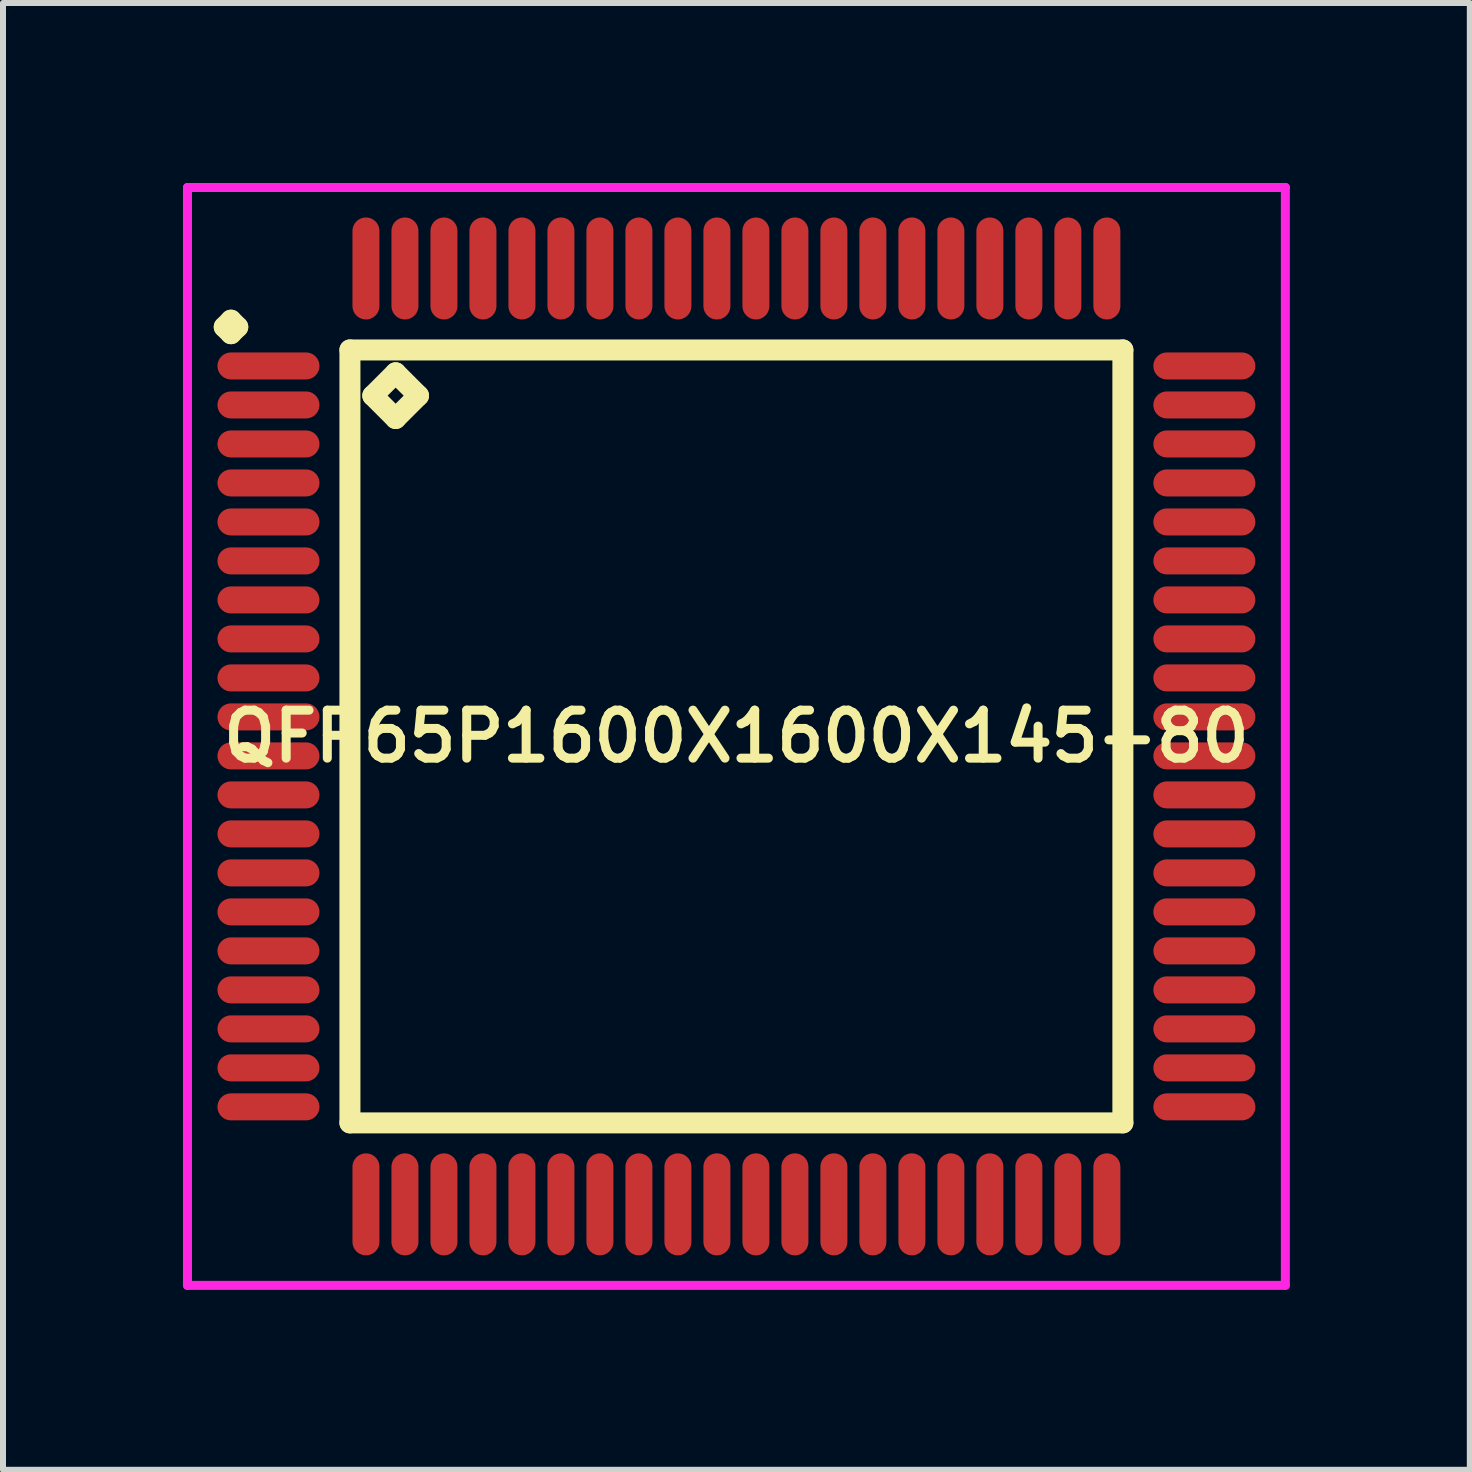
<source format=kicad_pcb>
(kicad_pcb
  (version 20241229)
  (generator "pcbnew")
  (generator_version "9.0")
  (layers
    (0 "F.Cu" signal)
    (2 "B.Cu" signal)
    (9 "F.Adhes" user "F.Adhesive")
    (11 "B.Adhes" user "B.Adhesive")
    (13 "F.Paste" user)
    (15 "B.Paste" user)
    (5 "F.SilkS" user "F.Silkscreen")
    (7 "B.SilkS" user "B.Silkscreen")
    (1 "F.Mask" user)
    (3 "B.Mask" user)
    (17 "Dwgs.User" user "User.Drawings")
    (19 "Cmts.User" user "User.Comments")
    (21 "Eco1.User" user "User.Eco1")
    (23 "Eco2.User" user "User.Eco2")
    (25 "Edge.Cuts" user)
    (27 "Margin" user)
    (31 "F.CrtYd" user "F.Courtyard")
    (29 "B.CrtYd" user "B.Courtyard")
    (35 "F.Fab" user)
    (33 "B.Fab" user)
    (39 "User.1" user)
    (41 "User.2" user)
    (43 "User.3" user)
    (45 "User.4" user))
  (footprint "QFP65P1600X1600X145-80"
    (layer "F.Cu")
    (at 9.225 9.225)
    (property "Reference" "QFP65P1600X1600X145-80" (at 0 0 0) (layer "F.SilkS") (effects (font (size 0.8 0.8) (thickness 0.15))))
    (attr smd)
    (fp_line (start -8.537 -6.825) (end -8.425 -6.938) (stroke (width 0.35) (type solid)) (layer "F.SilkS"))
    (fp_line (start -8.425 -6.938) (end -8.312 -6.825) (stroke (width 0.35) (type solid)) (layer "F.SilkS"))
    (fp_line (start -8.425 -6.713) (end -8.537 -6.825) (stroke (width 0.35) (type solid)) (layer "F.SilkS"))
    (fp_line (start -8.312 -6.825) (end -8.425 -6.713) (stroke (width 0.35) (type solid)) (layer "F.SilkS"))
    (fp_line (start -6.442 -6.442) (end -6.442 6.442) (stroke (width 0.35) (type solid)) (layer "F.SilkS"))
    (fp_line (start -6.442 6.442) (end 6.442 6.442) (stroke (width 0.35) (type solid)) (layer "F.SilkS"))
    (fp_line (start -6.061 -5.68) (end -5.68 -6.061) (stroke (width 0.35) (type solid)) (layer "F.SilkS"))
    (fp_line (start -5.68 -6.061) (end -5.299 -5.68) (stroke (width 0.35) (type solid)) (layer "F.SilkS"))
    (fp_line (start -5.68 -5.299) (end -6.061 -5.68) (stroke (width 0.35) (type solid)) (layer "F.SilkS"))
    (fp_line (start -5.299 -5.68) (end -5.68 -5.299) (stroke (width 0.35) (type solid)) (layer "F.SilkS"))
    (fp_line (start 6.442 -6.442) (end -6.442 -6.442) (stroke (width 0.35) (type solid)) (layer "F.SilkS"))
    (fp_line (start 6.442 6.442) (end 6.442 -6.442) (stroke (width 0.35) (type solid)) (layer "F.SilkS"))
    (fp_line (start -9.15 -9.15) (end 9.15 -9.15) (stroke (width 0.15) (type solid)) (layer "F.CrtYd"))
    (fp_line (start -9.15 9.15) (end -9.15 -9.15) (stroke (width 0.15) (type solid)) (layer "F.CrtYd"))
    (fp_line (start 9.15 -9.15) (end 9.15 9.15) (stroke (width 0.15) (type solid)) (layer "F.CrtYd"))
    (fp_line (start 9.15 9.15) (end -9.15 9.15) (stroke (width 0.15) (type solid)) (layer "F.CrtYd"))
    (pad "1" smd oval (at -7.8 -6.175) (size 1.7 0.45) (layers "F.Cu" "F.Mask" "F.Paste"))
    (pad "2" smd oval (at -7.8 -5.525) (size 1.7 0.45) (layers "F.Cu" "F.Mask" "F.Paste"))
    (pad "3" smd oval (at -7.8 -4.875) (size 1.7 0.45) (layers "F.Cu" "F.Mask" "F.Paste"))
    (pad "4" smd oval (at -7.8 -4.225) (size 1.7 0.45) (layers "F.Cu" "F.Mask" "F.Paste"))
    (pad "5" smd oval (at -7.8 -3.575) (size 1.7 0.45) (layers "F.Cu" "F.Mask" "F.Paste"))
    (pad "6" smd oval (at -7.8 -2.925) (size 1.7 0.45) (layers "F.Cu" "F.Mask" "F.Paste"))
    (pad "7" smd oval (at -7.8 -2.275) (size 1.7 0.45) (layers "F.Cu" "F.Mask" "F.Paste"))
    (pad "8" smd oval (at -7.8 -1.625) (size 1.7 0.45) (layers "F.Cu" "F.Mask" "F.Paste"))
    (pad "9" smd oval (at -7.8 -0.975) (size 1.7 0.45) (layers "F.Cu" "F.Mask" "F.Paste"))
    (pad "10" smd oval (at -7.8 -0.325) (size 1.7 0.45) (layers "F.Cu" "F.Mask" "F.Paste"))
    (pad "11" smd oval (at -7.8 0.325) (size 1.7 0.45) (layers "F.Cu" "F.Mask" "F.Paste"))
    (pad "12" smd oval (at -7.8 0.975) (size 1.7 0.45) (layers "F.Cu" "F.Mask" "F.Paste"))
    (pad "13" smd oval (at -7.8 1.625) (size 1.7 0.45) (layers "F.Cu" "F.Mask" "F.Paste"))
    (pad "14" smd oval (at -7.8 2.275) (size 1.7 0.45) (layers "F.Cu" "F.Mask" "F.Paste"))
    (pad "15" smd oval (at -7.8 2.925) (size 1.7 0.45) (layers "F.Cu" "F.Mask" "F.Paste"))
    (pad "16" smd oval (at -7.8 3.575) (size 1.7 0.45) (layers "F.Cu" "F.Mask" "F.Paste"))
    (pad "17" smd oval (at -7.8 4.225) (size 1.7 0.45) (layers "F.Cu" "F.Mask" "F.Paste"))
    (pad "18" smd oval (at -7.8 4.875) (size 1.7 0.45) (layers "F.Cu" "F.Mask" "F.Paste"))
    (pad "19" smd oval (at -7.8 5.525) (size 1.7 0.45) (layers "F.Cu" "F.Mask" "F.Paste"))
    (pad "20" smd oval (at -7.8 6.175) (size 1.7 0.45) (layers "F.Cu" "F.Mask" "F.Paste"))
    (pad "21" smd oval (at -6.175 7.8) (size 0.45 1.7) (layers "F.Cu" "F.Mask" "F.Paste"))
    (pad "22" smd oval (at -5.525 7.8) (size 0.45 1.7) (layers "F.Cu" "F.Mask" "F.Paste"))
    (pad "23" smd oval (at -4.875 7.8) (size 0.45 1.7) (layers "F.Cu" "F.Mask" "F.Paste"))
    (pad "24" smd oval (at -4.225 7.8) (size 0.45 1.7) (layers "F.Cu" "F.Mask" "F.Paste"))
    (pad "25" smd oval (at -3.575 7.8) (size 0.45 1.7) (layers "F.Cu" "F.Mask" "F.Paste"))
    (pad "26" smd oval (at -2.925 7.8) (size 0.45 1.7) (layers "F.Cu" "F.Mask" "F.Paste"))
    (pad "27" smd oval (at -2.275 7.8) (size 0.45 1.7) (layers "F.Cu" "F.Mask" "F.Paste"))
    (pad "28" smd oval (at -1.625 7.8) (size 0.45 1.7) (layers "F.Cu" "F.Mask" "F.Paste"))
    (pad "29" smd oval (at -0.975 7.8) (size 0.45 1.7) (layers "F.Cu" "F.Mask" "F.Paste"))
    (pad "30" smd oval (at -0.325 7.8) (size 0.45 1.7) (layers "F.Cu" "F.Mask" "F.Paste"))
    (pad "31" smd oval (at 0.325 7.8) (size 0.45 1.7) (layers "F.Cu" "F.Mask" "F.Paste"))
    (pad "32" smd oval (at 0.975 7.8) (size 0.45 1.7) (layers "F.Cu" "F.Mask" "F.Paste"))
    (pad "33" smd oval (at 1.625 7.8) (size 0.45 1.7) (layers "F.Cu" "F.Mask" "F.Paste"))
    (pad "34" smd oval (at 2.275 7.8) (size 0.45 1.7) (layers "F.Cu" "F.Mask" "F.Paste"))
    (pad "35" smd oval (at 2.925 7.8) (size 0.45 1.7) (layers "F.Cu" "F.Mask" "F.Paste"))
    (pad "36" smd oval (at 3.575 7.8) (size 0.45 1.7) (layers "F.Cu" "F.Mask" "F.Paste"))
    (pad "37" smd oval (at 4.225 7.8) (size 0.45 1.7) (layers "F.Cu" "F.Mask" "F.Paste"))
    (pad "38" smd oval (at 4.875 7.8) (size 0.45 1.7) (layers "F.Cu" "F.Mask" "F.Paste"))
    (pad "39" smd oval (at 5.525 7.8) (size 0.45 1.7) (layers "F.Cu" "F.Mask" "F.Paste"))
    (pad "40" smd oval (at 6.175 7.8) (size 0.45 1.7) (layers "F.Cu" "F.Mask" "F.Paste"))
    (pad "41" smd oval (at 7.8 6.175) (size 1.7 0.45) (layers "F.Cu" "F.Mask" "F.Paste"))
    (pad "42" smd oval (at 7.8 5.525) (size 1.7 0.45) (layers "F.Cu" "F.Mask" "F.Paste"))
    (pad "43" smd oval (at 7.8 4.875) (size 1.7 0.45) (layers "F.Cu" "F.Mask" "F.Paste"))
    (pad "44" smd oval (at 7.8 4.225) (size 1.7 0.45) (layers "F.Cu" "F.Mask" "F.Paste"))
    (pad "45" smd oval (at 7.8 3.575) (size 1.7 0.45) (layers "F.Cu" "F.Mask" "F.Paste"))
    (pad "46" smd oval (at 7.8 2.925) (size 1.7 0.45) (layers "F.Cu" "F.Mask" "F.Paste"))
    (pad "47" smd oval (at 7.8 2.275) (size 1.7 0.45) (layers "F.Cu" "F.Mask" "F.Paste"))
    (pad "48" smd oval (at 7.8 1.625) (size 1.7 0.45) (layers "F.Cu" "F.Mask" "F.Paste"))
    (pad "49" smd oval (at 7.8 0.975) (size 1.7 0.45) (layers "F.Cu" "F.Mask" "F.Paste"))
    (pad "50" smd oval (at 7.8 0.325) (size 1.7 0.45) (layers "F.Cu" "F.Mask" "F.Paste"))
    (pad "51" smd oval (at 7.8 -0.325) (size 1.7 0.45) (layers "F.Cu" "F.Mask" "F.Paste"))
    (pad "52" smd oval (at 7.8 -0.975) (size 1.7 0.45) (layers "F.Cu" "F.Mask" "F.Paste"))
    (pad "53" smd oval (at 7.8 -1.625) (size 1.7 0.45) (layers "F.Cu" "F.Mask" "F.Paste"))
    (pad "54" smd oval (at 7.8 -2.275) (size 1.7 0.45) (layers "F.Cu" "F.Mask" "F.Paste"))
    (pad "55" smd oval (at 7.8 -2.925) (size 1.7 0.45) (layers "F.Cu" "F.Mask" "F.Paste"))
    (pad "56" smd oval (at 7.8 -3.575) (size 1.7 0.45) (layers "F.Cu" "F.Mask" "F.Paste"))
    (pad "57" smd oval (at 7.8 -4.225) (size 1.7 0.45) (layers "F.Cu" "F.Mask" "F.Paste"))
    (pad "58" smd oval (at 7.8 -4.875) (size 1.7 0.45) (layers "F.Cu" "F.Mask" "F.Paste"))
    (pad "59" smd oval (at 7.8 -5.525) (size 1.7 0.45) (layers "F.Cu" "F.Mask" "F.Paste"))
    (pad "60" smd oval (at 7.8 -6.175) (size 1.7 0.45) (layers "F.Cu" "F.Mask" "F.Paste"))
    (pad "61" smd oval (at 6.175 -7.8) (size 0.45 1.7) (layers "F.Cu" "F.Mask" "F.Paste"))
    (pad "62" smd oval (at 5.525 -7.8) (size 0.45 1.7) (layers "F.Cu" "F.Mask" "F.Paste"))
    (pad "63" smd oval (at 4.875 -7.8) (size 0.45 1.7) (layers "F.Cu" "F.Mask" "F.Paste"))
    (pad "64" smd oval (at 4.225 -7.8) (size 0.45 1.7) (layers "F.Cu" "F.Mask" "F.Paste"))
    (pad "65" smd oval (at 3.575 -7.8) (size 0.45 1.7) (layers "F.Cu" "F.Mask" "F.Paste"))
    (pad "66" smd oval (at 2.925 -7.8) (size 0.45 1.7) (layers "F.Cu" "F.Mask" "F.Paste"))
    (pad "67" smd oval (at 2.275 -7.8) (size 0.45 1.7) (layers "F.Cu" "F.Mask" "F.Paste"))
    (pad "68" smd oval (at 1.625 -7.8) (size 0.45 1.7) (layers "F.Cu" "F.Mask" "F.Paste"))
    (pad "69" smd oval (at 0.975 -7.8) (size 0.45 1.7) (layers "F.Cu" "F.Mask" "F.Paste"))
    (pad "70" smd oval (at 0.325 -7.8) (size 0.45 1.7) (layers "F.Cu" "F.Mask" "F.Paste"))
    (pad "71" smd oval (at -0.325 -7.8) (size 0.45 1.7) (layers "F.Cu" "F.Mask" "F.Paste"))
    (pad "72" smd oval (at -0.975 -7.8) (size 0.45 1.7) (layers "F.Cu" "F.Mask" "F.Paste"))
    (pad "73" smd oval (at -1.625 -7.8) (size 0.45 1.7) (layers "F.Cu" "F.Mask" "F.Paste"))
    (pad "74" smd oval (at -2.275 -7.8) (size 0.45 1.7) (layers "F.Cu" "F.Mask" "F.Paste"))
    (pad "75" smd oval (at -2.925 -7.8) (size 0.45 1.7) (layers "F.Cu" "F.Mask" "F.Paste"))
    (pad "76" smd oval (at -3.575 -7.8) (size 0.45 1.7) (layers "F.Cu" "F.Mask" "F.Paste"))
    (pad "77" smd oval (at -4.225 -7.8) (size 0.45 1.7) (layers "F.Cu" "F.Mask" "F.Paste"))
    (pad "78" smd oval (at -4.875 -7.8) (size 0.45 1.7) (layers "F.Cu" "F.Mask" "F.Paste"))
    (pad "79" smd oval (at -5.525 -7.8) (size 0.45 1.7) (layers "F.Cu" "F.Mask" "F.Paste"))
    (pad "80" smd oval (at -6.175 -7.8) (size 0.45 1.7) (layers "F.Cu" "F.Mask" "F.Paste")))
  (gr_rect
    (start -3 -3)
    (end 21.45 21.45)
    (stroke (width 0.1) (type default))
    (fill no)
    (layer "Edge.Cuts")))
</source>
